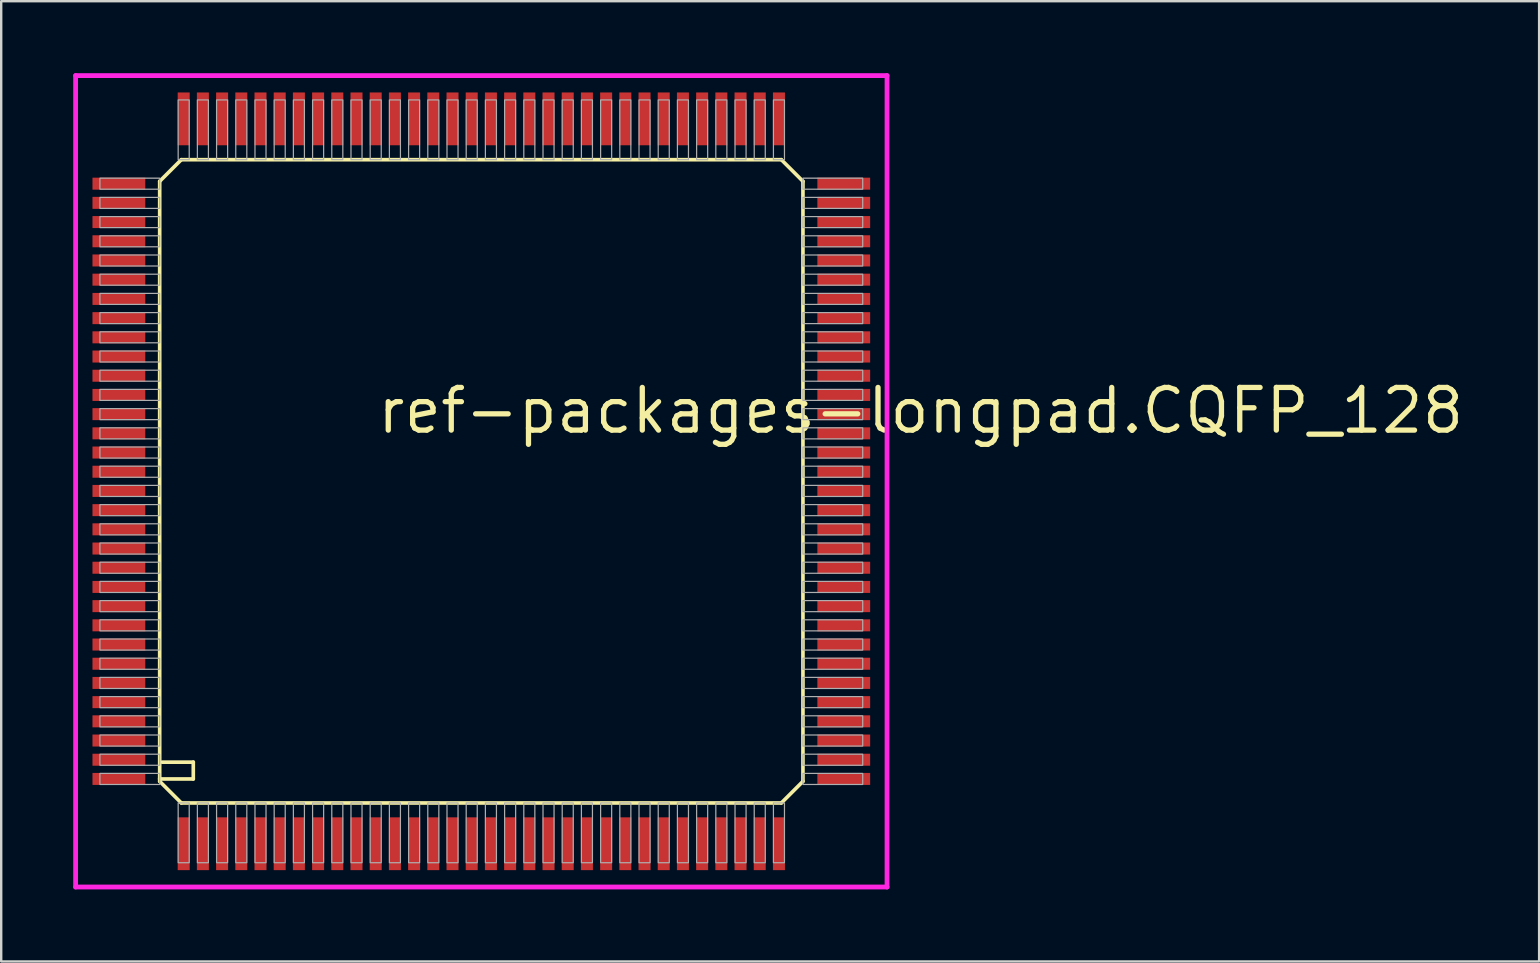
<source format=kicad_pcb>
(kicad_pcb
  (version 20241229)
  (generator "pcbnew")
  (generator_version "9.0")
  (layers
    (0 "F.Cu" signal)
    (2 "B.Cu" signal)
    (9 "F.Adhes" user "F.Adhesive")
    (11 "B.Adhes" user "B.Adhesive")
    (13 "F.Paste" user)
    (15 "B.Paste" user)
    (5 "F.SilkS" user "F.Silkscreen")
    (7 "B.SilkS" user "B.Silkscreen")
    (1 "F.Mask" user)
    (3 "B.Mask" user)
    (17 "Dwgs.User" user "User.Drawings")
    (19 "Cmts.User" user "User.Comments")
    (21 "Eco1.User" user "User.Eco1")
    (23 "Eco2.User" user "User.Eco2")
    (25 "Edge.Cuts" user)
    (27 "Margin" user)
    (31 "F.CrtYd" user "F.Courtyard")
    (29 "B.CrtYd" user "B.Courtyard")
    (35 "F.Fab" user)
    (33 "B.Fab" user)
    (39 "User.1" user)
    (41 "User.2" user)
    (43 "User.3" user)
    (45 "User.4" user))
  (footprint "ref-packages-longpad.CQFP_128"
    (layer "F.Cu")
    (at 17.003 17.003)
    (property "Reference" "ref-packages-longpad.CQFP_128" (at -4.445 -1.905 0) (layer "F.SilkS") (effects (font (size 1.778 1.778) (thickness 0.22)) (justify left bottom)))
    (attr smd)
    (fp_line (start -13.4 -12.5) (end -13.4 12.4) (stroke (width 0.152) (type default)) (layer "F.SilkS"))
    (fp_line (start -13.4 -12.5) (end -12.5 -13.4) (stroke (width 0.152) (type default)) (layer "F.SilkS"))
    (fp_line (start -13.4 12.4) (end -13.4 12.5) (stroke (width 0.152) (type default)) (layer "F.SilkS"))
    (fp_line (start -13.4 12.4) (end -12 12.4) (stroke (width 0.152) (type default)) (layer "F.SilkS"))
    (fp_line (start -13.4 12.5) (end -12.5 13.4) (stroke (width 0.152) (type default)) (layer "F.SilkS"))
    (fp_line (start -12.5 13.4) (end 12.5 13.4) (stroke (width 0.152) (type default)) (layer "F.SilkS"))
    (fp_line (start -12 11.7) (end -13.3 11.7) (stroke (width 0.152) (type default)) (layer "F.SilkS"))
    (fp_line (start -12 12.4) (end -12 11.7) (stroke (width 0.152) (type default)) (layer "F.SilkS"))
    (fp_line (start 12.5 -13.4) (end -12.5 -13.4) (stroke (width 0.152) (type default)) (layer "F.SilkS"))
    (fp_line (start 12.5 -13.4) (end 13.4 -12.5) (stroke (width 0.152) (type default)) (layer "F.SilkS"))
    (fp_line (start 12.5 13.4) (end 13.4 12.5) (stroke (width 0.152) (type default)) (layer "F.SilkS"))
    (fp_line (start 13.4 12.5) (end 13.4 -12.5) (stroke (width 0.152) (type default)) (layer "F.SilkS"))
    (fp_line (start -16.903 -16.903) (end 16.903 -16.903) (stroke (width 0.2) (type default)) (layer "F.CrtYd"))
    (fp_line (start -16.903 16.903) (end -16.903 -16.903) (stroke (width 0.2) (type default)) (layer "F.CrtYd"))
    (fp_line (start 16.903 -16.903) (end 16.903 16.903) (stroke (width 0.2) (type default)) (layer "F.CrtYd"))
    (fp_line (start 16.903 16.903) (end -16.903 16.903) (stroke (width 0.2) (type default)) (layer "F.CrtYd"))
    (fp_rect (start -15.89 -12.17) (end -13.4 -12.63) (stroke (width 0.05) (type default)) (fill no) (layer "F.Fab"))
    (fp_rect (start -15.89 -11.37) (end -13.4 -11.83) (stroke (width 0.05) (type default)) (fill no) (layer "F.Fab"))
    (fp_rect (start -15.89 -10.57) (end -13.4 -11.03) (stroke (width 0.05) (type default)) (fill no) (layer "F.Fab"))
    (fp_rect (start -15.89 -9.77) (end -13.4 -10.23) (stroke (width 0.05) (type default)) (fill no) (layer "F.Fab"))
    (fp_rect (start -15.89 -8.97) (end -13.4 -9.43) (stroke (width 0.05) (type default)) (fill no) (layer "F.Fab"))
    (fp_rect (start -15.89 -8.17) (end -13.4 -8.63) (stroke (width 0.05) (type default)) (fill no) (layer "F.Fab"))
    (fp_rect (start -15.89 -7.37) (end -13.4 -7.83) (stroke (width 0.05) (type default)) (fill no) (layer "F.Fab"))
    (fp_rect (start -15.89 -6.57) (end -13.4 -7.03) (stroke (width 0.05) (type default)) (fill no) (layer "F.Fab"))
    (fp_rect (start -15.89 -5.77) (end -13.4 -6.23) (stroke (width 0.05) (type default)) (fill no) (layer "F.Fab"))
    (fp_rect (start -15.89 -4.97) (end -13.4 -5.43) (stroke (width 0.05) (type default)) (fill no) (layer "F.Fab"))
    (fp_rect (start -15.89 -4.17) (end -13.4 -4.63) (stroke (width 0.05) (type default)) (fill no) (layer "F.Fab"))
    (fp_rect (start -15.89 -3.37) (end -13.4 -3.83) (stroke (width 0.05) (type default)) (fill no) (layer "F.Fab"))
    (fp_rect (start -15.89 -2.57) (end -13.4 -3.03) (stroke (width 0.05) (type default)) (fill no) (layer "F.Fab"))
    (fp_rect (start -15.89 -1.77) (end -13.4 -2.23) (stroke (width 0.05) (type default)) (fill no) (layer "F.Fab"))
    (fp_rect (start -15.89 -0.97) (end -13.4 -1.43) (stroke (width 0.05) (type default)) (fill no) (layer "F.Fab"))
    (fp_rect (start -15.89 -0.17) (end -13.4 -0.63) (stroke (width 0.05) (type default)) (fill no) (layer "F.Fab"))
    (fp_rect (start -15.89 0.63) (end -13.4 0.17) (stroke (width 0.05) (type default)) (fill no) (layer "F.Fab"))
    (fp_rect (start -15.89 1.43) (end -13.4 0.97) (stroke (width 0.05) (type default)) (fill no) (layer "F.Fab"))
    (fp_rect (start -15.89 2.23) (end -13.4 1.77) (stroke (width 0.05) (type default)) (fill no) (layer "F.Fab"))
    (fp_rect (start -15.89 3.03) (end -13.4 2.57) (stroke (width 0.05) (type default)) (fill no) (layer "F.Fab"))
    (fp_rect (start -15.89 3.83) (end -13.4 3.37) (stroke (width 0.05) (type default)) (fill no) (layer "F.Fab"))
    (fp_rect (start -15.89 4.63) (end -13.4 4.17) (stroke (width 0.05) (type default)) (fill no) (layer "F.Fab"))
    (fp_rect (start -15.89 5.43) (end -13.4 4.97) (stroke (width 0.05) (type default)) (fill no) (layer "F.Fab"))
    (fp_rect (start -15.89 6.23) (end -13.4 5.77) (stroke (width 0.05) (type default)) (fill no) (layer "F.Fab"))
    (fp_rect (start -15.89 7.03) (end -13.4 6.57) (stroke (width 0.05) (type default)) (fill no) (layer "F.Fab"))
    (fp_rect (start -15.89 7.83) (end -13.4 7.37) (stroke (width 0.05) (type default)) (fill no) (layer "F.Fab"))
    (fp_rect (start -15.89 8.63) (end -13.4 8.17) (stroke (width 0.05) (type default)) (fill no) (layer "F.Fab"))
    (fp_rect (start -15.89 9.43) (end -13.4 8.97) (stroke (width 0.05) (type default)) (fill no) (layer "F.Fab"))
    (fp_rect (start -15.89 10.23) (end -13.4 9.77) (stroke (width 0.05) (type default)) (fill no) (layer "F.Fab"))
    (fp_rect (start -15.89 11.03) (end -13.4 10.57) (stroke (width 0.05) (type default)) (fill no) (layer "F.Fab"))
    (fp_rect (start -15.89 11.83) (end -13.4 11.37) (stroke (width 0.05) (type default)) (fill no) (layer "F.Fab"))
    (fp_rect (start -15.89 12.63) (end -13.4 12.17) (stroke (width 0.05) (type default)) (fill no) (layer "F.Fab"))
    (fp_rect (start -12.63 -13.4) (end -12.17 -15.89) (stroke (width 0.05) (type default)) (fill no) (layer "F.Fab"))
    (fp_rect (start -12.63 15.89) (end -12.17 13.4) (stroke (width 0.05) (type default)) (fill no) (layer "F.Fab"))
    (fp_rect (start -11.83 -13.4) (end -11.37 -15.89) (stroke (width 0.05) (type default)) (fill no) (layer "F.Fab"))
    (fp_rect (start -11.83 15.89) (end -11.37 13.4) (stroke (width 0.05) (type default)) (fill no) (layer "F.Fab"))
    (fp_rect (start -11.03 -13.4) (end -10.57 -15.89) (stroke (width 0.05) (type default)) (fill no) (layer "F.Fab"))
    (fp_rect (start -11.03 15.89) (end -10.57 13.4) (stroke (width 0.05) (type default)) (fill no) (layer "F.Fab"))
    (fp_rect (start -10.23 -13.4) (end -9.77 -15.89) (stroke (width 0.05) (type default)) (fill no) (layer "F.Fab"))
    (fp_rect (start -10.23 15.89) (end -9.77 13.4) (stroke (width 0.05) (type default)) (fill no) (layer "F.Fab"))
    (fp_rect (start -9.43 -13.4) (end -8.97 -15.89) (stroke (width 0.05) (type default)) (fill no) (layer "F.Fab"))
    (fp_rect (start -9.43 15.89) (end -8.97 13.4) (stroke (width 0.05) (type default)) (fill no) (layer "F.Fab"))
    (fp_rect (start -8.63 -13.4) (end -8.17 -15.89) (stroke (width 0.05) (type default)) (fill no) (layer "F.Fab"))
    (fp_rect (start -8.63 15.89) (end -8.17 13.4) (stroke (width 0.05) (type default)) (fill no) (layer "F.Fab"))
    (fp_rect (start -7.83 -13.4) (end -7.37 -15.89) (stroke (width 0.05) (type default)) (fill no) (layer "F.Fab"))
    (fp_rect (start -7.83 15.89) (end -7.37 13.4) (stroke (width 0.05) (type default)) (fill no) (layer "F.Fab"))
    (fp_rect (start -7.03 -13.4) (end -6.57 -15.89) (stroke (width 0.05) (type default)) (fill no) (layer "F.Fab"))
    (fp_rect (start -7.03 15.89) (end -6.57 13.4) (stroke (width 0.05) (type default)) (fill no) (layer "F.Fab"))
    (fp_rect (start -6.23 -13.4) (end -5.77 -15.89) (stroke (width 0.05) (type default)) (fill no) (layer "F.Fab"))
    (fp_rect (start -6.23 15.89) (end -5.77 13.4) (stroke (width 0.05) (type default)) (fill no) (layer "F.Fab"))
    (fp_rect (start -5.43 -13.4) (end -4.97 -15.89) (stroke (width 0.05) (type default)) (fill no) (layer "F.Fab"))
    (fp_rect (start -5.43 15.89) (end -4.97 13.4) (stroke (width 0.05) (type default)) (fill no) (layer "F.Fab"))
    (fp_rect (start -4.63 -13.4) (end -4.17 -15.89) (stroke (width 0.05) (type default)) (fill no) (layer "F.Fab"))
    (fp_rect (start -4.63 15.89) (end -4.17 13.4) (stroke (width 0.05) (type default)) (fill no) (layer "F.Fab"))
    (fp_rect (start -3.83 -13.4) (end -3.37 -15.89) (stroke (width 0.05) (type default)) (fill no) (layer "F.Fab"))
    (fp_rect (start -3.83 15.89) (end -3.37 13.4) (stroke (width 0.05) (type default)) (fill no) (layer "F.Fab"))
    (fp_rect (start -3.03 -13.4) (end -2.57 -15.89) (stroke (width 0.05) (type default)) (fill no) (layer "F.Fab"))
    (fp_rect (start -3.03 15.89) (end -2.57 13.4) (stroke (width 0.05) (type default)) (fill no) (layer "F.Fab"))
    (fp_rect (start -2.23 -13.4) (end -1.77 -15.89) (stroke (width 0.05) (type default)) (fill no) (layer "F.Fab"))
    (fp_rect (start -2.23 15.89) (end -1.77 13.4) (stroke (width 0.05) (type default)) (fill no) (layer "F.Fab"))
    (fp_rect (start -1.43 -13.4) (end -0.97 -15.89) (stroke (width 0.05) (type default)) (fill no) (layer "F.Fab"))
    (fp_rect (start -1.43 15.89) (end -0.97 13.4) (stroke (width 0.05) (type default)) (fill no) (layer "F.Fab"))
    (fp_rect (start -0.63 -13.4) (end -0.17 -15.89) (stroke (width 0.05) (type default)) (fill no) (layer "F.Fab"))
    (fp_rect (start -0.63 15.89) (end -0.17 13.4) (stroke (width 0.05) (type default)) (fill no) (layer "F.Fab"))
    (fp_rect (start 0.17 -13.4) (end 0.63 -15.89) (stroke (width 0.05) (type default)) (fill no) (layer "F.Fab"))
    (fp_rect (start 0.17 15.89) (end 0.63 13.4) (stroke (width 0.05) (type default)) (fill no) (layer "F.Fab"))
    (fp_rect (start 0.97 -13.4) (end 1.43 -15.89) (stroke (width 0.05) (type default)) (fill no) (layer "F.Fab"))
    (fp_rect (start 0.97 15.89) (end 1.43 13.4) (stroke (width 0.05) (type default)) (fill no) (layer "F.Fab"))
    (fp_rect (start 1.77 -13.4) (end 2.23 -15.89) (stroke (width 0.05) (type default)) (fill no) (layer "F.Fab"))
    (fp_rect (start 1.77 15.89) (end 2.23 13.4) (stroke (width 0.05) (type default)) (fill no) (layer "F.Fab"))
    (fp_rect (start 2.57 -13.4) (end 3.03 -15.89) (stroke (width 0.05) (type default)) (fill no) (layer "F.Fab"))
    (fp_rect (start 2.57 15.89) (end 3.03 13.4) (stroke (width 0.05) (type default)) (fill no) (layer "F.Fab"))
    (fp_rect (start 3.37 -13.4) (end 3.83 -15.89) (stroke (width 0.05) (type default)) (fill no) (layer "F.Fab"))
    (fp_rect (start 3.37 15.89) (end 3.83 13.4) (stroke (width 0.05) (type default)) (fill no) (layer "F.Fab"))
    (fp_rect (start 4.17 -13.4) (end 4.63 -15.89) (stroke (width 0.05) (type default)) (fill no) (layer "F.Fab"))
    (fp_rect (start 4.17 15.89) (end 4.63 13.4) (stroke (width 0.05) (type default)) (fill no) (layer "F.Fab"))
    (fp_rect (start 4.97 -13.4) (end 5.43 -15.89) (stroke (width 0.05) (type default)) (fill no) (layer "F.Fab"))
    (fp_rect (start 4.97 15.89) (end 5.43 13.4) (stroke (width 0.05) (type default)) (fill no) (layer "F.Fab"))
    (fp_rect (start 5.77 -13.4) (end 6.23 -15.89) (stroke (width 0.05) (type default)) (fill no) (layer "F.Fab"))
    (fp_rect (start 5.77 15.89) (end 6.23 13.4) (stroke (width 0.05) (type default)) (fill no) (layer "F.Fab"))
    (fp_rect (start 6.57 -13.4) (end 7.03 -15.89) (stroke (width 0.05) (type default)) (fill no) (layer "F.Fab"))
    (fp_rect (start 6.57 15.89) (end 7.03 13.4) (stroke (width 0.05) (type default)) (fill no) (layer "F.Fab"))
    (fp_rect (start 7.37 -13.4) (end 7.83 -15.89) (stroke (width 0.05) (type default)) (fill no) (layer "F.Fab"))
    (fp_rect (start 7.37 15.89) (end 7.83 13.4) (stroke (width 0.05) (type default)) (fill no) (layer "F.Fab"))
    (fp_rect (start 8.17 -13.4) (end 8.63 -15.89) (stroke (width 0.05) (type default)) (fill no) (layer "F.Fab"))
    (fp_rect (start 8.17 15.89) (end 8.63 13.4) (stroke (width 0.05) (type default)) (fill no) (layer "F.Fab"))
    (fp_rect (start 8.97 -13.4) (end 9.43 -15.89) (stroke (width 0.05) (type default)) (fill no) (layer "F.Fab"))
    (fp_rect (start 8.97 15.89) (end 9.43 13.4) (stroke (width 0.05) (type default)) (fill no) (layer "F.Fab"))
    (fp_rect (start 9.77 -13.4) (end 10.23 -15.89) (stroke (width 0.05) (type default)) (fill no) (layer "F.Fab"))
    (fp_rect (start 9.77 15.89) (end 10.23 13.4) (stroke (width 0.05) (type default)) (fill no) (layer "F.Fab"))
    (fp_rect (start 10.57 -13.4) (end 11.03 -15.89) (stroke (width 0.05) (type default)) (fill no) (layer "F.Fab"))
    (fp_rect (start 10.57 15.89) (end 11.03 13.4) (stroke (width 0.05) (type default)) (fill no) (layer "F.Fab"))
    (fp_rect (start 11.37 -13.4) (end 11.83 -15.89) (stroke (width 0.05) (type default)) (fill no) (layer "F.Fab"))
    (fp_rect (start 11.37 15.89) (end 11.83 13.4) (stroke (width 0.05) (type default)) (fill no) (layer "F.Fab"))
    (fp_rect (start 12.17 -13.4) (end 12.63 -15.89) (stroke (width 0.05) (type default)) (fill no) (layer "F.Fab"))
    (fp_rect (start 12.17 15.89) (end 12.63 13.4) (stroke (width 0.05) (type default)) (fill no) (layer "F.Fab"))
    (fp_rect (start 13.4 -12.17) (end 15.89 -12.63) (stroke (width 0.05) (type default)) (fill no) (layer "F.Fab"))
    (fp_rect (start 13.4 -11.37) (end 15.89 -11.83) (stroke (width 0.05) (type default)) (fill no) (layer "F.Fab"))
    (fp_rect (start 13.4 -10.57) (end 15.89 -11.03) (stroke (width 0.05) (type default)) (fill no) (layer "F.Fab"))
    (fp_rect (start 13.4 -9.77) (end 15.89 -10.23) (stroke (width 0.05) (type default)) (fill no) (layer "F.Fab"))
    (fp_rect (start 13.4 -8.97) (end 15.89 -9.43) (stroke (width 0.05) (type default)) (fill no) (layer "F.Fab"))
    (fp_rect (start 13.4 -8.17) (end 15.89 -8.63) (stroke (width 0.05) (type default)) (fill no) (layer "F.Fab"))
    (fp_rect (start 13.4 -7.37) (end 15.89 -7.83) (stroke (width 0.05) (type default)) (fill no) (layer "F.Fab"))
    (fp_rect (start 13.4 -6.57) (end 15.89 -7.03) (stroke (width 0.05) (type default)) (fill no) (layer "F.Fab"))
    (fp_rect (start 13.4 -5.77) (end 15.89 -6.23) (stroke (width 0.05) (type default)) (fill no) (layer "F.Fab"))
    (fp_rect (start 13.4 -4.97) (end 15.89 -5.43) (stroke (width 0.05) (type default)) (fill no) (layer "F.Fab"))
    (fp_rect (start 13.4 -4.17) (end 15.89 -4.63) (stroke (width 0.05) (type default)) (fill no) (layer "F.Fab"))
    (fp_rect (start 13.4 -3.37) (end 15.89 -3.83) (stroke (width 0.05) (type default)) (fill no) (layer "F.Fab"))
    (fp_rect (start 13.4 -2.57) (end 15.89 -3.03) (stroke (width 0.05) (type default)) (fill no) (layer "F.Fab"))
    (fp_rect (start 13.4 -1.77) (end 15.89 -2.23) (stroke (width 0.05) (type default)) (fill no) (layer "F.Fab"))
    (fp_rect (start 13.4 -0.97) (end 15.89 -1.43) (stroke (width 0.05) (type default)) (fill no) (layer "F.Fab"))
    (fp_rect (start 13.4 -0.17) (end 15.89 -0.63) (stroke (width 0.05) (type default)) (fill no) (layer "F.Fab"))
    (fp_rect (start 13.4 0.63) (end 15.89 0.17) (stroke (width 0.05) (type default)) (fill no) (layer "F.Fab"))
    (fp_rect (start 13.4 1.43) (end 15.89 0.97) (stroke (width 0.05) (type default)) (fill no) (layer "F.Fab"))
    (fp_rect (start 13.4 2.23) (end 15.89 1.77) (stroke (width 0.05) (type default)) (fill no) (layer "F.Fab"))
    (fp_rect (start 13.4 3.03) (end 15.89 2.57) (stroke (width 0.05) (type default)) (fill no) (layer "F.Fab"))
    (fp_rect (start 13.4 3.83) (end 15.89 3.37) (stroke (width 0.05) (type default)) (fill no) (layer "F.Fab"))
    (fp_rect (start 13.4 4.63) (end 15.89 4.17) (stroke (width 0.05) (type default)) (fill no) (layer "F.Fab"))
    (fp_rect (start 13.4 5.43) (end 15.89 4.97) (stroke (width 0.05) (type default)) (fill no) (layer "F.Fab"))
    (fp_rect (start 13.4 6.23) (end 15.89 5.77) (stroke (width 0.05) (type default)) (fill no) (layer "F.Fab"))
    (fp_rect (start 13.4 7.03) (end 15.89 6.57) (stroke (width 0.05) (type default)) (fill no) (layer "F.Fab"))
    (fp_rect (start 13.4 7.83) (end 15.89 7.37) (stroke (width 0.05) (type default)) (fill no) (layer "F.Fab"))
    (fp_rect (start 13.4 8.63) (end 15.89 8.17) (stroke (width 0.05) (type default)) (fill no) (layer "F.Fab"))
    (fp_rect (start 13.4 9.43) (end 15.89 8.97) (stroke (width 0.05) (type default)) (fill no) (layer "F.Fab"))
    (fp_rect (start 13.4 10.23) (end 15.89 9.77) (stroke (width 0.05) (type default)) (fill no) (layer "F.Fab"))
    (fp_rect (start 13.4 11.03) (end 15.89 10.57) (stroke (width 0.05) (type default)) (fill no) (layer "F.Fab"))
    (fp_rect (start 13.4 11.83) (end 15.89 11.37) (stroke (width 0.05) (type default)) (fill no) (layer "F.Fab"))
    (fp_rect (start 13.4 12.63) (end 15.89 12.17) (stroke (width 0.05) (type default)) (fill no) (layer "F.Fab"))
    (pad "1" smd roundrect (at -12.4 15.1) (size 0.5 2.2) (layers "F.Cu" "F.Mask" "F.Paste") (roundrect_rratio 0.01))
    (pad "2" smd roundrect (at -11.6 15.1) (size 0.5 2.2) (layers "F.Cu" "F.Mask" "F.Paste") (roundrect_rratio 0.01))
    (pad "3" smd roundrect (at -10.8 15.1) (size 0.5 2.2) (layers "F.Cu" "F.Mask" "F.Paste") (roundrect_rratio 0.01))
    (pad "4" smd roundrect (at -10 15.1) (size 0.5 2.2) (layers "F.Cu" "F.Mask" "F.Paste") (roundrect_rratio 0.01))
    (pad "5" smd roundrect (at -9.2 15.1) (size 0.5 2.2) (layers "F.Cu" "F.Mask" "F.Paste") (roundrect_rratio 0.01))
    (pad "6" smd roundrect (at -8.4 15.1) (size 0.5 2.2) (layers "F.Cu" "F.Mask" "F.Paste") (roundrect_rratio 0.01))
    (pad "7" smd roundrect (at -7.6 15.1) (size 0.5 2.2) (layers "F.Cu" "F.Mask" "F.Paste") (roundrect_rratio 0.01))
    (pad "8" smd roundrect (at -6.8 15.1) (size 0.5 2.2) (layers "F.Cu" "F.Mask" "F.Paste") (roundrect_rratio 0.01))
    (pad "9" smd roundrect (at -6 15.1) (size 0.5 2.2) (layers "F.Cu" "F.Mask" "F.Paste") (roundrect_rratio 0.01))
    (pad "10" smd roundrect (at -5.2 15.1) (size 0.5 2.2) (layers "F.Cu" "F.Mask" "F.Paste") (roundrect_rratio 0.01))
    (pad "11" smd roundrect (at -4.4 15.1) (size 0.5 2.2) (layers "F.Cu" "F.Mask" "F.Paste") (roundrect_rratio 0.01))
    (pad "12" smd roundrect (at -3.6 15.1) (size 0.5 2.2) (layers "F.Cu" "F.Mask" "F.Paste") (roundrect_rratio 0.01))
    (pad "13" smd roundrect (at -2.8 15.1) (size 0.5 2.2) (layers "F.Cu" "F.Mask" "F.Paste") (roundrect_rratio 0.01))
    (pad "14" smd roundrect (at -2 15.1) (size 0.5 2.2) (layers "F.Cu" "F.Mask" "F.Paste") (roundrect_rratio 0.01))
    (pad "15" smd roundrect (at -1.2 15.1) (size 0.5 2.2) (layers "F.Cu" "F.Mask" "F.Paste") (roundrect_rratio 0.01))
    (pad "16" smd roundrect (at -0.4 15.1) (size 0.5 2.2) (layers "F.Cu" "F.Mask" "F.Paste") (roundrect_rratio 0.01))
    (pad "17" smd roundrect (at 0.4 15.1) (size 0.5 2.2) (layers "F.Cu" "F.Mask" "F.Paste") (roundrect_rratio 0.01))
    (pad "18" smd roundrect (at 1.2 15.1) (size 0.5 2.2) (layers "F.Cu" "F.Mask" "F.Paste") (roundrect_rratio 0.01))
    (pad "19" smd roundrect (at 2 15.1) (size 0.5 2.2) (layers "F.Cu" "F.Mask" "F.Paste") (roundrect_rratio 0.01))
    (pad "20" smd roundrect (at 2.8 15.1) (size 0.5 2.2) (layers "F.Cu" "F.Mask" "F.Paste") (roundrect_rratio 0.01))
    (pad "21" smd roundrect (at 3.6 15.1) (size 0.5 2.2) (layers "F.Cu" "F.Mask" "F.Paste") (roundrect_rratio 0.01))
    (pad "22" smd roundrect (at 4.4 15.1) (size 0.5 2.2) (layers "F.Cu" "F.Mask" "F.Paste") (roundrect_rratio 0.01))
    (pad "23" smd roundrect (at 5.2 15.1) (size 0.5 2.2) (layers "F.Cu" "F.Mask" "F.Paste") (roundrect_rratio 0.01))
    (pad "24" smd roundrect (at 6 15.1) (size 0.5 2.2) (layers "F.Cu" "F.Mask" "F.Paste") (roundrect_rratio 0.01))
    (pad "25" smd roundrect (at 6.8 15.1) (size 0.5 2.2) (layers "F.Cu" "F.Mask" "F.Paste") (roundrect_rratio 0.01))
    (pad "26" smd roundrect (at 7.6 15.1) (size 0.5 2.2) (layers "F.Cu" "F.Mask" "F.Paste") (roundrect_rratio 0.01))
    (pad "27" smd roundrect (at 8.4 15.1) (size 0.5 2.2) (layers "F.Cu" "F.Mask" "F.Paste") (roundrect_rratio 0.01))
    (pad "28" smd roundrect (at 9.2 15.1) (size 0.5 2.2) (layers "F.Cu" "F.Mask" "F.Paste") (roundrect_rratio 0.01))
    (pad "29" smd roundrect (at 10 15.1) (size 0.5 2.2) (layers "F.Cu" "F.Mask" "F.Paste") (roundrect_rratio 0.01))
    (pad "30" smd roundrect (at 10.8 15.1) (size 0.5 2.2) (layers "F.Cu" "F.Mask" "F.Paste") (roundrect_rratio 0.01))
    (pad "31" smd roundrect (at 11.6 15.1) (size 0.5 2.2) (layers "F.Cu" "F.Mask" "F.Paste") (roundrect_rratio 0.01))
    (pad "32" smd roundrect (at 12.4 15.1) (size 0.5 2.2) (layers "F.Cu" "F.Mask" "F.Paste") (roundrect_rratio 0.01))
    (pad "33" smd roundrect (at 15.1 12.4) (size 2.2 0.5) (layers "F.Cu" "F.Mask" "F.Paste") (roundrect_rratio 0.01))
    (pad "34" smd roundrect (at 15.1 11.6) (size 2.2 0.5) (layers "F.Cu" "F.Mask" "F.Paste") (roundrect_rratio 0.01))
    (pad "35" smd roundrect (at 15.1 10.8) (size 2.2 0.5) (layers "F.Cu" "F.Mask" "F.Paste") (roundrect_rratio 0.01))
    (pad "36" smd roundrect (at 15.1 10) (size 2.2 0.5) (layers "F.Cu" "F.Mask" "F.Paste") (roundrect_rratio 0.01))
    (pad "37" smd roundrect (at 15.1 9.2) (size 2.2 0.5) (layers "F.Cu" "F.Mask" "F.Paste") (roundrect_rratio 0.01))
    (pad "38" smd roundrect (at 15.1 8.4) (size 2.2 0.5) (layers "F.Cu" "F.Mask" "F.Paste") (roundrect_rratio 0.01))
    (pad "39" smd roundrect (at 15.1 7.6) (size 2.2 0.5) (layers "F.Cu" "F.Mask" "F.Paste") (roundrect_rratio 0.01))
    (pad "40" smd roundrect (at 15.1 6.8) (size 2.2 0.5) (layers "F.Cu" "F.Mask" "F.Paste") (roundrect_rratio 0.01))
    (pad "41" smd roundrect (at 15.1 6) (size 2.2 0.5) (layers "F.Cu" "F.Mask" "F.Paste") (roundrect_rratio 0.01))
    (pad "42" smd roundrect (at 15.1 5.2) (size 2.2 0.5) (layers "F.Cu" "F.Mask" "F.Paste") (roundrect_rratio 0.01))
    (pad "43" smd roundrect (at 15.1 4.4) (size 2.2 0.5) (layers "F.Cu" "F.Mask" "F.Paste") (roundrect_rratio 0.01))
    (pad "44" smd roundrect (at 15.1 3.6) (size 2.2 0.5) (layers "F.Cu" "F.Mask" "F.Paste") (roundrect_rratio 0.01))
    (pad "45" smd roundrect (at 15.1 2.8) (size 2.2 0.5) (layers "F.Cu" "F.Mask" "F.Paste") (roundrect_rratio 0.01))
    (pad "46" smd roundrect (at 15.1 2) (size 2.2 0.5) (layers "F.Cu" "F.Mask" "F.Paste") (roundrect_rratio 0.01))
    (pad "47" smd roundrect (at 15.1 1.2) (size 2.2 0.5) (layers "F.Cu" "F.Mask" "F.Paste") (roundrect_rratio 0.01))
    (pad "48" smd roundrect (at 15.1 0.4) (size 2.2 0.5) (layers "F.Cu" "F.Mask" "F.Paste") (roundrect_rratio 0.01))
    (pad "49" smd roundrect (at 15.1 -0.4) (size 2.2 0.5) (layers "F.Cu" "F.Mask" "F.Paste") (roundrect_rratio 0.01))
    (pad "50" smd roundrect (at 15.1 -1.2) (size 2.2 0.5) (layers "F.Cu" "F.Mask" "F.Paste") (roundrect_rratio 0.01))
    (pad "51" smd roundrect (at 15.1 -2) (size 2.2 0.5) (layers "F.Cu" "F.Mask" "F.Paste") (roundrect_rratio 0.01))
    (pad "52" smd roundrect (at 15.1 -2.8) (size 2.2 0.5) (layers "F.Cu" "F.Mask" "F.Paste") (roundrect_rratio 0.01))
    (pad "53" smd roundrect (at 15.1 -3.6) (size 2.2 0.5) (layers "F.Cu" "F.Mask" "F.Paste") (roundrect_rratio 0.01))
    (pad "54" smd roundrect (at 15.1 -4.4) (size 2.2 0.5) (layers "F.Cu" "F.Mask" "F.Paste") (roundrect_rratio 0.01))
    (pad "55" smd roundrect (at 15.1 -5.2) (size 2.2 0.5) (layers "F.Cu" "F.Mask" "F.Paste") (roundrect_rratio 0.01))
    (pad "56" smd roundrect (at 15.1 -6) (size 2.2 0.5) (layers "F.Cu" "F.Mask" "F.Paste") (roundrect_rratio 0.01))
    (pad "57" smd roundrect (at 15.1 -6.8) (size 2.2 0.5) (layers "F.Cu" "F.Mask" "F.Paste") (roundrect_rratio 0.01))
    (pad "58" smd roundrect (at 15.1 -7.6) (size 2.2 0.5) (layers "F.Cu" "F.Mask" "F.Paste") (roundrect_rratio 0.01))
    (pad "59" smd roundrect (at 15.1 -8.4) (size 2.2 0.5) (layers "F.Cu" "F.Mask" "F.Paste") (roundrect_rratio 0.01))
    (pad "60" smd roundrect (at 15.1 -9.2) (size 2.2 0.5) (layers "F.Cu" "F.Mask" "F.Paste") (roundrect_rratio 0.01))
    (pad "61" smd roundrect (at 15.1 -10) (size 2.2 0.5) (layers "F.Cu" "F.Mask" "F.Paste") (roundrect_rratio 0.01))
    (pad "62" smd roundrect (at 15.1 -10.8) (size 2.2 0.5) (layers "F.Cu" "F.Mask" "F.Paste") (roundrect_rratio 0.01))
    (pad "63" smd roundrect (at 15.1 -11.6) (size 2.2 0.5) (layers "F.Cu" "F.Mask" "F.Paste") (roundrect_rratio 0.01))
    (pad "64" smd roundrect (at 15.1 -12.4) (size 2.2 0.5) (layers "F.Cu" "F.Mask" "F.Paste") (roundrect_rratio 0.01))
    (pad "65" smd roundrect (at 12.4 -15.1) (size 0.5 2.2) (layers "F.Cu" "F.Mask" "F.Paste") (roundrect_rratio 0.01))
    (pad "66" smd roundrect (at 11.6 -15.1) (size 0.5 2.2) (layers "F.Cu" "F.Mask" "F.Paste") (roundrect_rratio 0.01))
    (pad "67" smd roundrect (at 10.8 -15.1) (size 0.5 2.2) (layers "F.Cu" "F.Mask" "F.Paste") (roundrect_rratio 0.01))
    (pad "68" smd roundrect (at 10 -15.1) (size 0.5 2.2) (layers "F.Cu" "F.Mask" "F.Paste") (roundrect_rratio 0.01))
    (pad "69" smd roundrect (at 9.2 -15.1) (size 0.5 2.2) (layers "F.Cu" "F.Mask" "F.Paste") (roundrect_rratio 0.01))
    (pad "70" smd roundrect (at 8.4 -15.1) (size 0.5 2.2) (layers "F.Cu" "F.Mask" "F.Paste") (roundrect_rratio 0.01))
    (pad "71" smd roundrect (at 7.6 -15.1) (size 0.5 2.2) (layers "F.Cu" "F.Mask" "F.Paste") (roundrect_rratio 0.01))
    (pad "72" smd roundrect (at 6.8 -15.1) (size 0.5 2.2) (layers "F.Cu" "F.Mask" "F.Paste") (roundrect_rratio 0.01))
    (pad "73" smd roundrect (at 6 -15.1) (size 0.5 2.2) (layers "F.Cu" "F.Mask" "F.Paste") (roundrect_rratio 0.01))
    (pad "74" smd roundrect (at 5.2 -15.1) (size 0.5 2.2) (layers "F.Cu" "F.Mask" "F.Paste") (roundrect_rratio 0.01))
    (pad "75" smd roundrect (at 4.4 -15.1) (size 0.5 2.2) (layers "F.Cu" "F.Mask" "F.Paste") (roundrect_rratio 0.01))
    (pad "76" smd roundrect (at 3.6 -15.1) (size 0.5 2.2) (layers "F.Cu" "F.Mask" "F.Paste") (roundrect_rratio 0.01))
    (pad "77" smd roundrect (at 2.8 -15.1) (size 0.5 2.2) (layers "F.Cu" "F.Mask" "F.Paste") (roundrect_rratio 0.01))
    (pad "78" smd roundrect (at 2 -15.1) (size 0.5 2.2) (layers "F.Cu" "F.Mask" "F.Paste") (roundrect_rratio 0.01))
    (pad "79" smd roundrect (at 1.2 -15.1) (size 0.5 2.2) (layers "F.Cu" "F.Mask" "F.Paste") (roundrect_rratio 0.01))
    (pad "80" smd roundrect (at 0.4 -15.1) (size 0.5 2.2) (layers "F.Cu" "F.Mask" "F.Paste") (roundrect_rratio 0.01))
    (pad "81" smd roundrect (at -0.4 -15.1) (size 0.5 2.2) (layers "F.Cu" "F.Mask" "F.Paste") (roundrect_rratio 0.01))
    (pad "82" smd roundrect (at -1.2 -15.1) (size 0.5 2.2) (layers "F.Cu" "F.Mask" "F.Paste") (roundrect_rratio 0.01))
    (pad "83" smd roundrect (at -2 -15.1) (size 0.5 2.2) (layers "F.Cu" "F.Mask" "F.Paste") (roundrect_rratio 0.01))
    (pad "84" smd roundrect (at -2.8 -15.1) (size 0.5 2.2) (layers "F.Cu" "F.Mask" "F.Paste") (roundrect_rratio 0.01))
    (pad "85" smd roundrect (at -3.6 -15.1) (size 0.5 2.2) (layers "F.Cu" "F.Mask" "F.Paste") (roundrect_rratio 0.01))
    (pad "86" smd roundrect (at -4.4 -15.1) (size 0.5 2.2) (layers "F.Cu" "F.Mask" "F.Paste") (roundrect_rratio 0.01))
    (pad "87" smd roundrect (at -5.2 -15.1) (size 0.5 2.2) (layers "F.Cu" "F.Mask" "F.Paste") (roundrect_rratio 0.01))
    (pad "88" smd roundrect (at -6 -15.1) (size 0.5 2.2) (layers "F.Cu" "F.Mask" "F.Paste") (roundrect_rratio 0.01))
    (pad "89" smd roundrect (at -6.8 -15.1) (size 0.5 2.2) (layers "F.Cu" "F.Mask" "F.Paste") (roundrect_rratio 0.01))
    (pad "90" smd roundrect (at -7.6 -15.1) (size 0.5 2.2) (layers "F.Cu" "F.Mask" "F.Paste") (roundrect_rratio 0.01))
    (pad "91" smd roundrect (at -8.4 -15.1) (size 0.5 2.2) (layers "F.Cu" "F.Mask" "F.Paste") (roundrect_rratio 0.01))
    (pad "92" smd roundrect (at -9.2 -15.1) (size 0.5 2.2) (layers "F.Cu" "F.Mask" "F.Paste") (roundrect_rratio 0.01))
    (pad "93" smd roundrect (at -10 -15.1) (size 0.5 2.2) (layers "F.Cu" "F.Mask" "F.Paste") (roundrect_rratio 0.01))
    (pad "94" smd roundrect (at -10.8 -15.1) (size 0.5 2.2) (layers "F.Cu" "F.Mask" "F.Paste") (roundrect_rratio 0.01))
    (pad "95" smd roundrect (at -11.6 -15.1) (size 0.5 2.2) (layers "F.Cu" "F.Mask" "F.Paste") (roundrect_rratio 0.01))
    (pad "96" smd roundrect (at -12.4 -15.1) (size 0.5 2.2) (layers "F.Cu" "F.Mask" "F.Paste") (roundrect_rratio 0.01))
    (pad "97" smd roundrect (at -15.1 -12.4) (size 2.2 0.5) (layers "F.Cu" "F.Mask" "F.Paste") (roundrect_rratio 0.01))
    (pad "98" smd roundrect (at -15.1 -11.6) (size 2.2 0.5) (layers "F.Cu" "F.Mask" "F.Paste") (roundrect_rratio 0.01))
    (pad "99" smd roundrect (at -15.1 -10.8) (size 2.2 0.5) (layers "F.Cu" "F.Mask" "F.Paste") (roundrect_rratio 0.01))
    (pad "100" smd roundrect (at -15.1 -10) (size 2.2 0.5) (layers "F.Cu" "F.Mask" "F.Paste") (roundrect_rratio 0.01))
    (pad "101" smd roundrect (at -15.1 -9.2) (size 2.2 0.5) (layers "F.Cu" "F.Mask" "F.Paste") (roundrect_rratio 0.01))
    (pad "102" smd roundrect (at -15.1 -8.4) (size 2.2 0.5) (layers "F.Cu" "F.Mask" "F.Paste") (roundrect_rratio 0.01))
    (pad "103" smd roundrect (at -15.1 -7.6) (size 2.2 0.5) (layers "F.Cu" "F.Mask" "F.Paste") (roundrect_rratio 0.01))
    (pad "104" smd roundrect (at -15.1 -6.8) (size 2.2 0.5) (layers "F.Cu" "F.Mask" "F.Paste") (roundrect_rratio 0.01))
    (pad "105" smd roundrect (at -15.1 -6) (size 2.2 0.5) (layers "F.Cu" "F.Mask" "F.Paste") (roundrect_rratio 0.01))
    (pad "106" smd roundrect (at -15.1 -5.2) (size 2.2 0.5) (layers "F.Cu" "F.Mask" "F.Paste") (roundrect_rratio 0.01))
    (pad "107" smd roundrect (at -15.1 -4.4) (size 2.2 0.5) (layers "F.Cu" "F.Mask" "F.Paste") (roundrect_rratio 0.01))
    (pad "108" smd roundrect (at -15.1 -3.6) (size 2.2 0.5) (layers "F.Cu" "F.Mask" "F.Paste") (roundrect_rratio 0.01))
    (pad "109" smd roundrect (at -15.1 -2.8) (size 2.2 0.5) (layers "F.Cu" "F.Mask" "F.Paste") (roundrect_rratio 0.01))
    (pad "110" smd roundrect (at -15.1 -2) (size 2.2 0.5) (layers "F.Cu" "F.Mask" "F.Paste") (roundrect_rratio 0.01))
    (pad "111" smd roundrect (at -15.1 -1.2) (size 2.2 0.5) (layers "F.Cu" "F.Mask" "F.Paste") (roundrect_rratio 0.01))
    (pad "112" smd roundrect (at -15.1 -0.4) (size 2.2 0.5) (layers "F.Cu" "F.Mask" "F.Paste") (roundrect_rratio 0.01))
    (pad "113" smd roundrect (at -15.1 0.4) (size 2.2 0.5) (layers "F.Cu" "F.Mask" "F.Paste") (roundrect_rratio 0.01))
    (pad "114" smd roundrect (at -15.1 1.2) (size 2.2 0.5) (layers "F.Cu" "F.Mask" "F.Paste") (roundrect_rratio 0.01))
    (pad "115" smd roundrect (at -15.1 2) (size 2.2 0.5) (layers "F.Cu" "F.Mask" "F.Paste") (roundrect_rratio 0.01))
    (pad "116" smd roundrect (at -15.1 2.8) (size 2.2 0.5) (layers "F.Cu" "F.Mask" "F.Paste") (roundrect_rratio 0.01))
    (pad "117" smd roundrect (at -15.1 3.6) (size 2.2 0.5) (layers "F.Cu" "F.Mask" "F.Paste") (roundrect_rratio 0.01))
    (pad "118" smd roundrect (at -15.1 4.4) (size 2.2 0.5) (layers "F.Cu" "F.Mask" "F.Paste") (roundrect_rratio 0.01))
    (pad "119" smd roundrect (at -15.1 5.2) (size 2.2 0.5) (layers "F.Cu" "F.Mask" "F.Paste") (roundrect_rratio 0.01))
    (pad "120" smd roundrect (at -15.1 6) (size 2.2 0.5) (layers "F.Cu" "F.Mask" "F.Paste") (roundrect_rratio 0.01))
    (pad "121" smd roundrect (at -15.1 6.8) (size 2.2 0.5) (layers "F.Cu" "F.Mask" "F.Paste") (roundrect_rratio 0.01))
    (pad "122" smd roundrect (at -15.1 7.6) (size 2.2 0.5) (layers "F.Cu" "F.Mask" "F.Paste") (roundrect_rratio 0.01))
    (pad "123" smd roundrect (at -15.1 8.4) (size 2.2 0.5) (layers "F.Cu" "F.Mask" "F.Paste") (roundrect_rratio 0.01))
    (pad "124" smd roundrect (at -15.1 9.2) (size 2.2 0.5) (layers "F.Cu" "F.Mask" "F.Paste") (roundrect_rratio 0.01))
    (pad "125" smd roundrect (at -15.1 10) (size 2.2 0.5) (layers "F.Cu" "F.Mask" "F.Paste") (roundrect_rratio 0.01))
    (pad "126" smd roundrect (at -15.1 10.8) (size 2.2 0.5) (layers "F.Cu" "F.Mask" "F.Paste") (roundrect_rratio 0.01))
    (pad "127" smd roundrect (at -15.1 11.6) (size 2.2 0.5) (layers "F.Cu" "F.Mask" "F.Paste") (roundrect_rratio 0.01))
    (pad "128" smd roundrect (at -15.1 12.4) (size 2.2 0.5) (layers "F.Cu" "F.Mask" "F.Paste") (roundrect_rratio 0.01)))
  (gr_rect
    (start -3 -3)
    (end 61.074 37.006)
    (stroke (width 0.1) (type default))
    (fill no)
    (layer "Edge.Cuts")))
</source>
